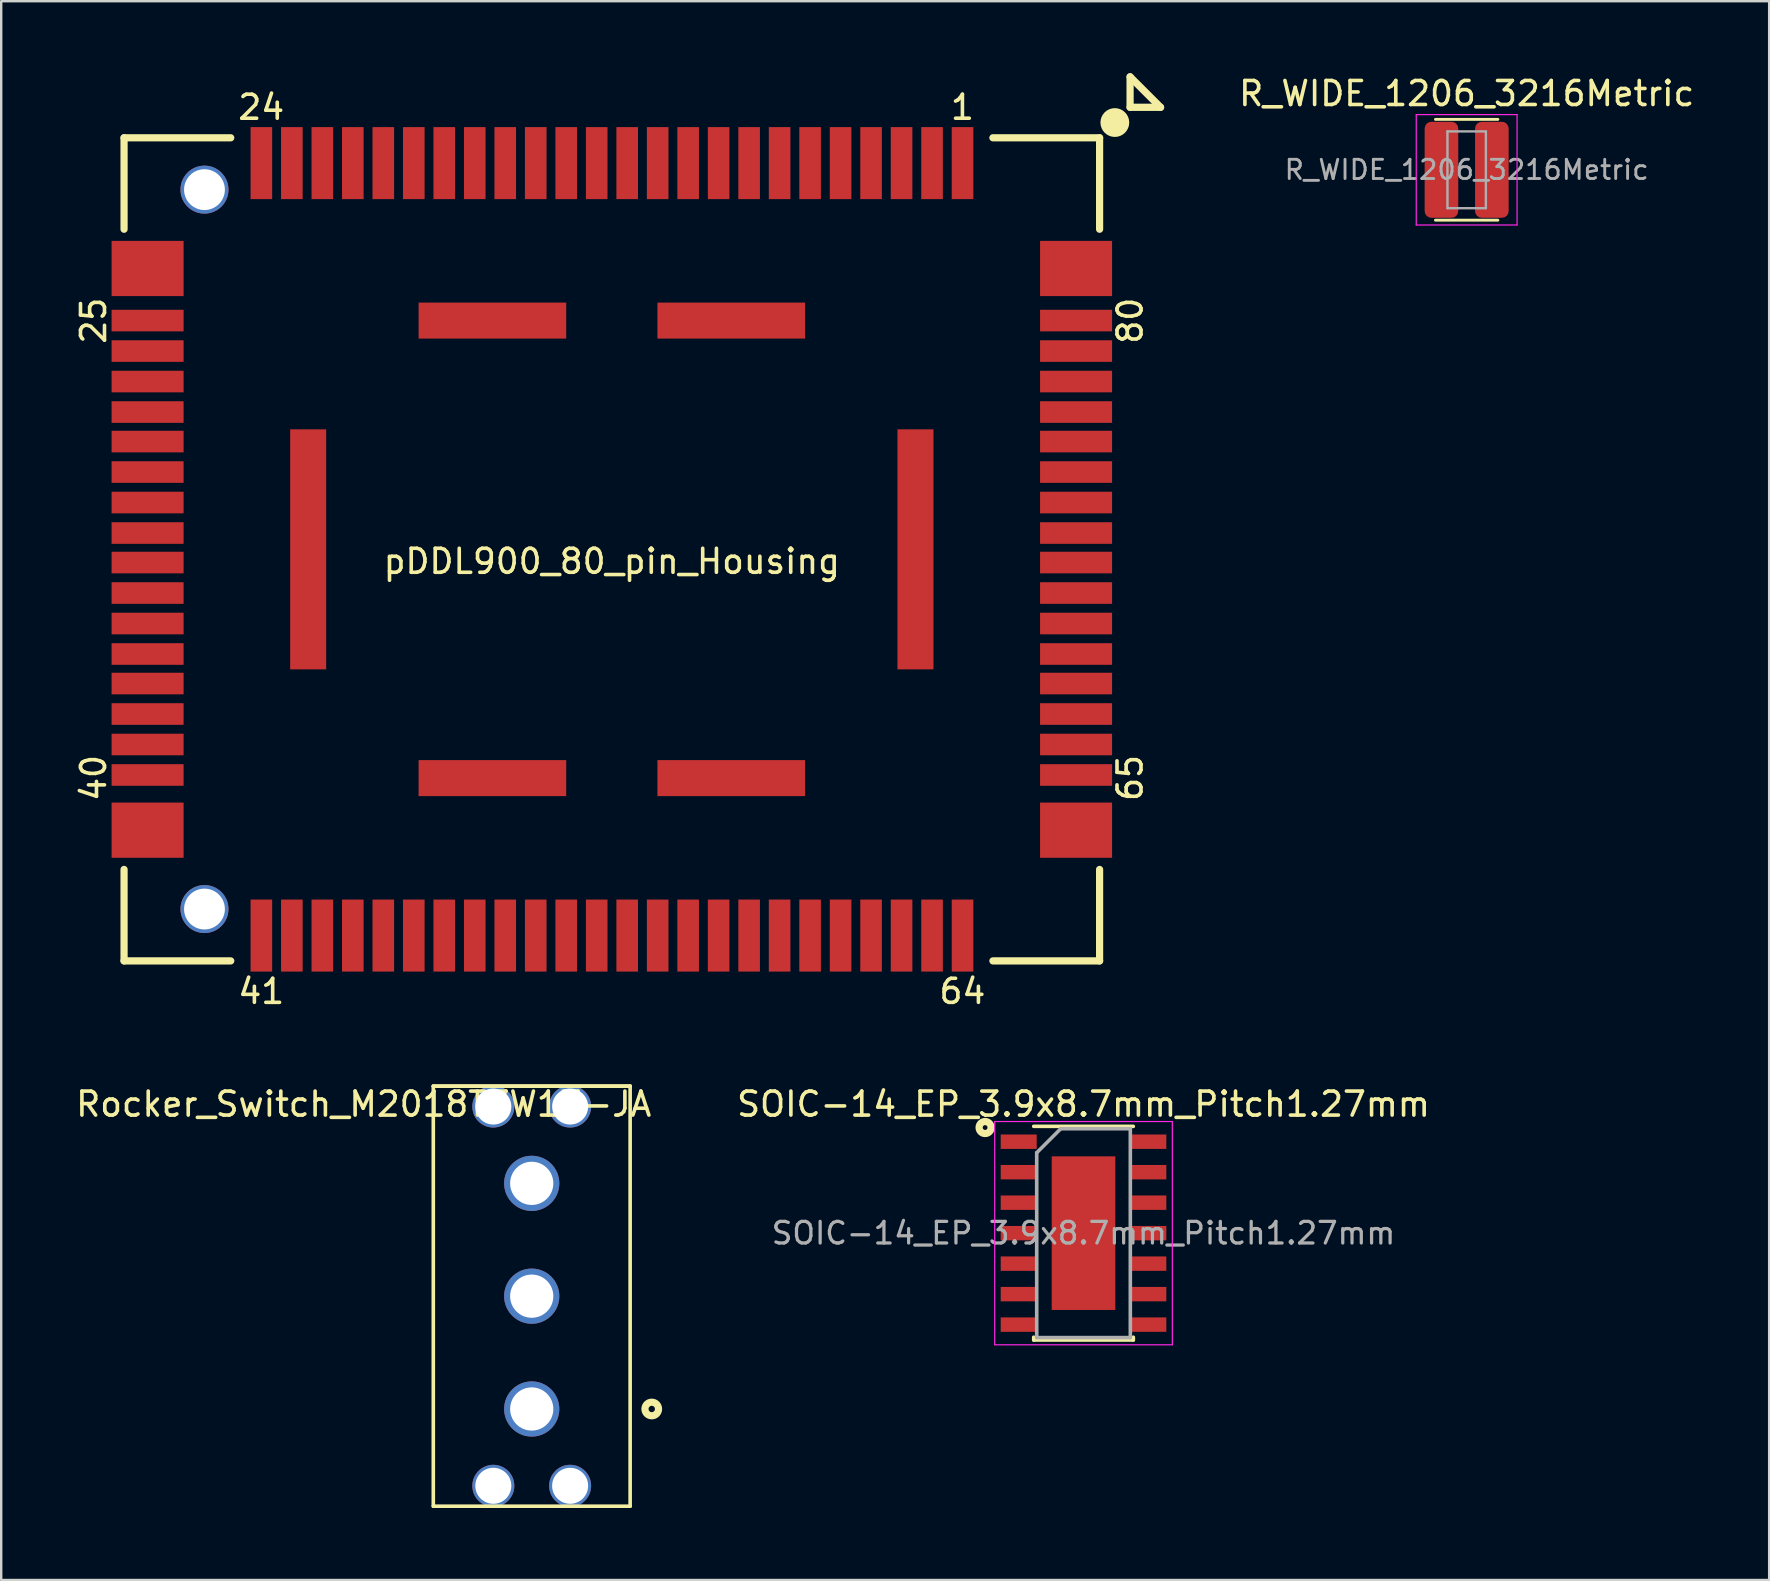
<source format=kicad_pcb>
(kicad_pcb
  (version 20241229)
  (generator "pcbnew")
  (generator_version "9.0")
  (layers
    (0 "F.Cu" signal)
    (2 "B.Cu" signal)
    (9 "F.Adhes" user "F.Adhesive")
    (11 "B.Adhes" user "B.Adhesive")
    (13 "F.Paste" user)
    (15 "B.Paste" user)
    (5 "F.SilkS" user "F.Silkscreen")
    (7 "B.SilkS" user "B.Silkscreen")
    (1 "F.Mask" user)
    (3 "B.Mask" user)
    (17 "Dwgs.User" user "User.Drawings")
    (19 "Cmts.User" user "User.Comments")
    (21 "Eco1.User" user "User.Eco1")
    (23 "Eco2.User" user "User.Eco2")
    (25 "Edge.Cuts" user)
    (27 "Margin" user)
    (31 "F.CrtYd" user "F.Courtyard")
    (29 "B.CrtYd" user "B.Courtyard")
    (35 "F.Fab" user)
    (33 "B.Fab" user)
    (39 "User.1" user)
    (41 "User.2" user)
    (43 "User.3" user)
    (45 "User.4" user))
  (footprint "SOIC-14_EP_3.9x8.7mm_Pitch1.27mm"
    (layer "F.Cu")
    (at 42.088 48.322)
    (property "Reference" "SOIC-14_EP_3.9x8.7mm_Pitch1.27mm" (at 0 -5.375 0) (layer "F.SilkS") (effects (font (size 1 1) (thickness 0.15))))
    (attr smd)
    (fp_line (start -2.075 -4.45) (end 2.075 -4.45) (stroke (width 0.15) (type solid)) (layer "F.SilkS"))
    (fp_line (start -2.075 4.45) (end -2.075 4.335) (stroke (width 0.15) (type solid)) (layer "F.SilkS"))
    (fp_line (start -2.075 4.45) (end 2.075 4.45) (stroke (width 0.15) (type solid)) (layer "F.SilkS"))
    (fp_line (start 2.075 4.45) (end 2.075 4.335) (stroke (width 0.15) (type solid)) (layer "F.SilkS"))
    (fp_circle (center -4.1 -4.4) (end -4 -4.4) (stroke (width 0.3) (type solid)) (fill no) (layer "F.SilkS"))
    (fp_line (start -3.7 -4.65) (end -3.7 4.65) (stroke (width 0.05) (type solid)) (layer "F.CrtYd"))
    (fp_line (start -3.7 -4.65) (end 3.7 -4.65) (stroke (width 0.05) (type solid)) (layer "F.CrtYd"))
    (fp_line (start -3.7 4.65) (end 3.7 4.65) (stroke (width 0.05) (type solid)) (layer "F.CrtYd"))
    (fp_line (start 3.7 -4.65) (end 3.7 4.65) (stroke (width 0.05) (type solid)) (layer "F.CrtYd"))
    (fp_line (start -1.95 -3.35) (end -0.95 -4.35) (stroke (width 0.15) (type solid)) (layer "F.Fab"))
    (fp_line (start -1.95 4.35) (end -1.95 -3.35) (stroke (width 0.15) (type solid)) (layer "F.Fab"))
    (fp_line (start -0.95 -4.35) (end 1.95 -4.35) (stroke (width 0.15) (type solid)) (layer "F.Fab"))
    (fp_line (start 1.95 -4.35) (end 1.95 4.35) (stroke (width 0.15) (type solid)) (layer "F.Fab"))
    (fp_line (start 1.95 4.35) (end -1.95 4.35) (stroke (width 0.15) (type solid)) (layer "F.Fab"))
    (fp_text user "${REFERENCE}" (at 0 0 0) (layer "F.Fab") (effects (font (size 0.9 0.9) (thickness 0.135))))
    (pad "1" smd rect (at -2.7 -3.81) (size 1.5 0.6) (layers "F.Cu" "F.Mask" "F.Paste"))
    (pad "2" smd rect (at -2.7 -2.54) (size 1.5 0.6) (layers "F.Cu" "F.Mask" "F.Paste"))
    (pad "3" smd rect (at -2.7 -1.27) (size 1.5 0.6) (layers "F.Cu" "F.Mask" "F.Paste"))
    (pad "4" smd rect (at -2.7 0) (size 1.5 0.6) (layers "F.Cu" "F.Mask" "F.Paste"))
    (pad "5" smd rect (at -2.7 1.27) (size 1.5 0.6) (layers "F.Cu" "F.Mask" "F.Paste"))
    (pad "6" smd rect (at -2.7 2.54) (size 1.5 0.6) (layers "F.Cu" "F.Mask" "F.Paste"))
    (pad "7" smd rect (at -2.7 3.81) (size 1.5 0.6) (layers "F.Cu" "F.Mask" "F.Paste"))
    (pad "8" smd rect (at 2.7 3.81) (size 1.5 0.6) (layers "F.Cu" "F.Mask" "F.Paste"))
    (pad "9" smd rect (at 2.7 2.54) (size 1.5 0.6) (layers "F.Cu" "F.Mask" "F.Paste"))
    (pad "10" smd rect (at 2.7 1.27) (size 1.5 0.6) (layers "F.Cu" "F.Mask" "F.Paste"))
    (pad "11" smd rect (at 2.7 0) (size 1.5 0.6) (layers "F.Cu" "F.Mask" "F.Paste"))
    (pad "12" smd rect (at 2.7 -1.27) (size 1.5 0.6) (layers "F.Cu" "F.Mask" "F.Paste"))
    (pad "13" smd rect (at 2.7 -2.54) (size 1.5 0.6) (layers "F.Cu" "F.Mask" "F.Paste"))
    (pad "14" smd rect (at 2.7 -3.81) (size 1.5 0.6) (layers "F.Cu" "F.Mask" "F.Paste"))
    (pad "PAD" smd rect (at 0 0) (size 2.65 6.4) (layers "F.Cu" "F.Mask" "F.Paste")))
  (footprint "Rocker_Switch_M2018TZW13-JA"
    (layer "F.Cu")
    (at 19.101 50.947)
    (property "Reference" "Rocker_Switch_M2018TZW13-JA" (at -7 -8 0) (layer "F.SilkS") (effects (font (size 1 1) (thickness 0.15))))
    (attr through_hole)
    (fp_line (start -4.1 -8.75) (end 4.1 -8.75) (stroke (width 0.15) (type solid)) (layer "F.SilkS"))
    (fp_line (start -4.1 8.75) (end -4.1 -8.75) (stroke (width 0.15) (type solid)) (layer "F.SilkS"))
    (fp_line (start 4.1 -8.75) (end -4.1 -8.75) (stroke (width 0.15) (type solid)) (layer "F.SilkS"))
    (fp_line (start 4.1 -8.75) (end 4.1 8.75) (stroke (width 0.15) (type solid)) (layer "F.SilkS"))
    (fp_line (start 4.1 8.75) (end -4.1 8.75) (stroke (width 0.15) (type solid)) (layer "F.SilkS"))
    (fp_circle (center 5 4.7) (end 5.2 4.9) (stroke (width 0.3) (type solid)) (fill no) (layer "F.SilkS"))
    (pad "" np_thru_hole circle (at -1.6 -7.9) (size 1.75 1.75) (drill 1.5) (layers "*.Cu" "*.Mask"))
    (pad "" np_thru_hole circle (at -1.6 7.9) (size 1.75 1.75) (drill 1.5) (layers "*.Cu" "*.Mask"))
    (pad "" np_thru_hole circle (at 1.6 -7.9) (size 1.75 1.75) (drill 1.5) (layers "*.Cu" "*.Mask"))
    (pad "" np_thru_hole circle (at 1.6 7.9) (size 1.75 1.75) (drill 1.5) (layers "*.Cu" "*.Mask"))
    (pad "1" thru_hole circle (at 0 4.7) (size 2.3 2.3) (drill 1.8) (layers "*.Cu" "*.Mask"))
    (pad "2" thru_hole circle (at 0 0) (size 2.3 2.3) (drill 1.8) (layers "*.Cu" "*.Mask"))
    (pad "3" thru_hole circle (at 0 -4.7) (size 2.3 2.3) (drill 1.8) (layers "*.Cu" "*.Mask")))
  (footprint "R_WIDE_1206_3216Metric"
    (layer "F.Cu")
    (at 58.049 4.023)
    (property "Reference" "R_WIDE_1206_3216Metric" (at 0 -3.175 0) (layer "F.SilkS") (effects (font (size 1 1) (thickness 0.15))))
    (attr smd)
    (fp_line (start -1.3 -2.1) (end 1.3 -2.1) (stroke (width 0.12) (type solid)) (layer "F.SilkS"))
    (fp_line (start -1.3 2.1) (end 1.3 2.1) (stroke (width 0.12) (type solid)) (layer "F.SilkS"))
    (fp_line (start -2.1 -2.3) (end 2.1 -2.3) (stroke (width 0.05) (type solid)) (layer "F.CrtYd"))
    (fp_line (start -2.1 2.3) (end -2.1 -2.3) (stroke (width 0.05) (type solid)) (layer "F.CrtYd"))
    (fp_line (start 2.1 -2.3) (end 2.1 2.3) (stroke (width 0.05) (type solid)) (layer "F.CrtYd"))
    (fp_line (start 2.1 2.3) (end -2.1 2.3) (stroke (width 0.05) (type solid)) (layer "F.CrtYd"))
    (fp_line (start -0.8 -1.6) (end 0.8 -1.6) (stroke (width 0.1) (type solid)) (layer "F.Fab"))
    (fp_line (start -0.8 1.6) (end -0.8 -1.6) (stroke (width 0.1) (type solid)) (layer "F.Fab"))
    (fp_line (start 0.8 -1.6) (end 0.8 1.6) (stroke (width 0.1) (type solid)) (layer "F.Fab"))
    (fp_line (start 0.8 1.6) (end -0.8 1.6) (stroke (width 0.1) (type solid)) (layer "F.Fab"))
    (fp_text user "${REFERENCE}" (at 0 0 0) (layer "F.Fab") (effects (font (size 0.8 0.8) (thickness 0.12))))
    (pad "1" smd roundrect (at -1.05 0) (size 1.4 4) (layers "F.Cu" "F.Mask" "F.Paste") (roundrect_rratio 0.2))
    (pad "2" smd roundrect (at 1.05 0) (size 1.4 4) (layers "F.Cu" "F.Mask" "F.Paste") (roundrect_rratio 0.2)))
  (footprint "pDDL900_80_pin_Housing"
    (layer "F.Cu")
    (at 22.438 19.835)
    (property "Reference" "pDDL900_80_pin_Housing" (at 0 0.5 0) (layer "F.SilkS") (effects (font (size 1 1) (thickness 0.15))))
    (attr through_hole)
    (fp_line (start -20.32 -17.145) (end -15.875 -17.145) (stroke (width 0.3) (type solid)) (layer "F.SilkS"))
    (fp_line (start -20.32 -13.335) (end -20.32 -17.145) (stroke (width 0.3) (type solid)) (layer "F.SilkS"))
    (fp_line (start -20.32 17.145) (end -20.32 13.335) (stroke (width 0.3) (type solid)) (layer "F.SilkS"))
    (fp_line (start -15.875 17.145) (end -20.32 17.145) (stroke (width 0.3) (type solid)) (layer "F.SilkS"))
    (fp_line (start 15.875 -17.145) (end 20.32 -17.145) (stroke (width 0.3) (type solid)) (layer "F.SilkS"))
    (fp_line (start 20.32 -17.145) (end 20.32 -13.335) (stroke (width 0.3) (type solid)) (layer "F.SilkS"))
    (fp_line (start 20.32 13.335) (end 20.32 17.145) (stroke (width 0.3) (type solid)) (layer "F.SilkS"))
    (fp_line (start 20.32 17.145) (end 15.875 17.145) (stroke (width 0.3) (type solid)) (layer "F.SilkS"))
    (fp_line (start 21.59 -19.685) (end 22.86 -18.415) (stroke (width 0.3) (type solid)) (layer "F.SilkS"))
    (fp_line (start 21.59 -18.415) (end 21.59 -19.685) (stroke (width 0.3) (type solid)) (layer "F.SilkS"))
    (fp_line (start 22.86 -18.415) (end 21.59 -18.415) (stroke (width 0.3) (type solid)) (layer "F.SilkS"))
    (fp_circle (center 20.955 -17.78) (end 20.955 -17.48) (stroke (width 0.6) (type solid)) (fill no) (layer "F.SilkS"))
    (fp_text user "80" (at 21.59 -9.525 90) (layer "F.SilkS") (effects (font (size 1 1) (thickness 0.15))))
    (fp_text user "40" (at -21.59 9.525 270) (layer "F.SilkS") (effects (font (size 1 1) (thickness 0.15))))
    (fp_text user "25" (at -21.59 -9.525 90) (layer "F.SilkS") (effects (font (size 1 1) (thickness 0.15))))
    (fp_text user "24" (at -14.605 -18.415 0) (layer "F.SilkS") (effects (font (size 1 1) (thickness 0.15))))
    (fp_text user "41" (at -14.605 18.415 0) (layer "F.SilkS") (effects (font (size 1 1) (thickness 0.15))))
    (fp_text user "65" (at 21.59 9.525 90) (layer "F.SilkS") (effects (font (size 1 1) (thickness 0.15))))
    (fp_text user "1" (at 14.605 -18.415 0) (layer "F.SilkS") (effects (font (size 1 1) (thickness 0.15))))
    (fp_text user "64" (at 14.605 18.415 0) (layer "F.SilkS") (effects (font (size 1 1) (thickness 0.15))))
    (pad "" smd rect (at -19.34 -11.7 90) (size 2.3 3) (layers "F.Cu" "F.Mask" "F.Paste"))
    (pad "" smd rect (at -19.34 11.7 90) (size 2.3 3) (layers "F.Cu" "F.Mask" "F.Paste"))
    (pad "" thru_hole circle (at -16.97 -14.985) (size 2 2) (drill 1.7) (layers "*.Cu" "*.Mask"))
    (pad "" thru_hole circle (at -16.97 14.985) (size 2 2) (drill 1.7) (layers "*.Cu" "*.Mask"))
    (pad "" smd rect (at -12.65 0) (size 1.5 10) (layers "F.Cu" "F.Mask" "F.Paste"))
    (pad "" smd rect (at -4.975 -9.53) (size 6.15 1.5) (layers "F.Cu" "F.Mask" "F.Paste"))
    (pad "" smd rect (at -4.975 9.53) (size 6.15 1.5) (layers "F.Cu" "F.Mask" "F.Paste"))
    (pad "" smd rect (at 4.975 -9.53) (size 6.15 1.5) (layers "F.Cu" "F.Mask" "F.Paste"))
    (pad "" smd rect (at 4.975 9.53) (size 6.15 1.5) (layers "F.Cu" "F.Mask" "F.Paste"))
    (pad "" smd rect (at 12.65 0) (size 1.5 10) (layers "F.Cu" "F.Mask" "F.Paste"))
    (pad "" smd rect (at 19.34 -11.7 90) (size 2.3 3) (layers "F.Cu" "F.Mask" "F.Paste"))
    (pad "" smd rect (at 19.34 11.7 90) (size 2.3 3) (layers "F.Cu" "F.Mask" "F.Paste"))
    (pad "1" smd rect (at 14.61 -16.09) (size 0.9 3) (layers "F.Cu" "F.Mask" "F.Paste"))
    (pad "2" smd rect (at 13.34 -16.09) (size 0.9 3) (layers "F.Cu" "F.Mask" "F.Paste"))
    (pad "3" smd rect (at 12.07 -16.09) (size 0.9 3) (layers "F.Cu" "F.Mask" "F.Paste"))
    (pad "4" smd rect (at 10.8 -16.09) (size 0.9 3) (layers "F.Cu" "F.Mask" "F.Paste"))
    (pad "5" smd rect (at 9.53 -16.09) (size 0.9 3) (layers "F.Cu" "F.Mask" "F.Paste"))
    (pad "6" smd rect (at 8.26 -16.09) (size 0.9 3) (layers "F.Cu" "F.Mask" "F.Paste"))
    (pad "7" smd rect (at 6.99 -16.09) (size 0.9 3) (layers "F.Cu" "F.Mask" "F.Paste"))
    (pad "8" smd rect (at 5.72 -16.09) (size 0.9 3) (layers "F.Cu" "F.Mask" "F.Paste"))
    (pad "9" smd rect (at 4.45 -16.09) (size 0.9 3) (layers "F.Cu" "F.Mask" "F.Paste"))
    (pad "10" smd rect (at 3.18 -16.09) (size 0.9 3) (layers "F.Cu" "F.Mask" "F.Paste"))
    (pad "11" smd rect (at 1.91 -16.09) (size 0.9 3) (layers "F.Cu" "F.Mask" "F.Paste"))
    (pad "12" smd rect (at 0.64 -16.09) (size 0.9 3) (layers "F.Cu" "F.Mask" "F.Paste"))
    (pad "13" smd rect (at -0.63 -16.09) (size 0.9 3) (layers "F.Cu" "F.Mask" "F.Paste"))
    (pad "14" smd rect (at -1.9 -16.09) (size 0.9 3) (layers "F.Cu" "F.Mask" "F.Paste"))
    (pad "15" smd rect (at -3.17 -16.09) (size 0.9 3) (layers "F.Cu" "F.Mask" "F.Paste"))
    (pad "16" smd rect (at -4.44 -16.09) (size 0.9 3) (layers "F.Cu" "F.Mask" "F.Paste"))
    (pad "17" smd rect (at -5.71 -16.09) (size 0.9 3) (layers "F.Cu" "F.Mask" "F.Paste"))
    (pad "18" smd rect (at -6.98 -16.09) (size 0.9 3) (layers "F.Cu" "F.Mask" "F.Paste"))
    (pad "19" smd rect (at -8.25 -16.09) (size 0.9 3) (layers "F.Cu" "F.Mask" "F.Paste"))
    (pad "20" smd rect (at -9.52 -16.09) (size 0.9 3) (layers "F.Cu" "F.Mask" "F.Paste"))
    (pad "21" smd rect (at -10.79 -16.09) (size 0.9 3) (layers "F.Cu" "F.Mask" "F.Paste"))
    (pad "22" smd rect (at -12.06 -16.09) (size 0.9 3) (layers "F.Cu" "F.Mask" "F.Paste"))
    (pad "23" smd rect (at -13.33 -16.09) (size 0.9 3) (layers "F.Cu" "F.Mask" "F.Paste"))
    (pad "24" smd rect (at -14.6 -16.09) (size 0.9 3) (layers "F.Cu" "F.Mask" "F.Paste"))
    (pad "25" smd rect (at -19.34 -9.53 90) (size 0.9 3) (layers "F.Cu" "F.Mask" "F.Paste"))
    (pad "26" smd rect (at -19.34 -8.26 90) (size 0.9 3) (layers "F.Cu" "F.Mask" "F.Paste"))
    (pad "27" smd rect (at -19.34 -6.99 90) (size 0.9 3) (layers "F.Cu" "F.Mask" "F.Paste"))
    (pad "28" smd rect (at -19.34 -5.72 90) (size 0.9 3) (layers "F.Cu" "F.Mask" "F.Paste"))
    (pad "29" smd rect (at -19.34 -4.49 90) (size 0.9 3) (layers "F.Cu" "F.Mask" "F.Paste"))
    (pad "30" smd rect (at -19.34 -3.22 90) (size 0.9 3) (layers "F.Cu" "F.Mask" "F.Paste"))
    (pad "31" smd rect (at -19.34 -1.95 90) (size 0.9 3) (layers "F.Cu" "F.Mask" "F.Paste"))
    (pad "32" smd rect (at -19.34 -0.68 90) (size 0.9 3) (layers "F.Cu" "F.Mask" "F.Paste"))
    (pad "33" smd rect (at -19.34 0.55 90) (size 0.9 3) (layers "F.Cu" "F.Mask" "F.Paste"))
    (pad "34" smd rect (at -19.34 1.82 90) (size 0.9 3) (layers "F.Cu" "F.Mask" "F.Paste"))
    (pad "35" smd rect (at -19.34 3.09 90) (size 0.9 3) (layers "F.Cu" "F.Mask" "F.Paste"))
    (pad "36" smd rect (at -19.34 4.36 90) (size 0.9 3) (layers "F.Cu" "F.Mask" "F.Paste"))
    (pad "37" smd rect (at -19.34 5.59 90) (size 0.9 3) (layers "F.Cu" "F.Mask" "F.Paste"))
    (pad "38" smd rect (at -19.34 6.86 90) (size 0.9 3) (layers "F.Cu" "F.Mask" "F.Paste"))
    (pad "39" smd rect (at -19.34 8.13 90) (size 0.9 3) (layers "F.Cu" "F.Mask" "F.Paste"))
    (pad "40" smd rect (at -19.34 9.4 90) (size 0.9 3) (layers "F.Cu" "F.Mask" "F.Paste"))
    (pad "41" smd rect (at -14.6 16.09) (size 0.9 3) (layers "F.Cu" "F.Mask" "F.Paste"))
    (pad "42" smd rect (at -13.33 16.09) (size 0.9 3) (layers "F.Cu" "F.Mask" "F.Paste"))
    (pad "43" smd rect (at -12.06 16.09) (size 0.9 3) (layers "F.Cu" "F.Mask" "F.Paste"))
    (pad "44" smd rect (at -10.79 16.09) (size 0.9 3) (layers "F.Cu" "F.Mask" "F.Paste"))
    (pad "45" smd rect (at -9.52 16.09) (size 0.9 3) (layers "F.Cu" "F.Mask" "F.Paste"))
    (pad "46" smd rect (at -8.25 16.09) (size 0.9 3) (layers "F.Cu" "F.Mask" "F.Paste"))
    (pad "47" smd rect (at -6.98 16.09) (size 0.9 3) (layers "F.Cu" "F.Mask" "F.Paste"))
    (pad "48" smd rect (at -5.71 16.09) (size 0.9 3) (layers "F.Cu" "F.Mask" "F.Paste"))
    (pad "49" smd rect (at -4.44 16.09) (size 0.9 3) (layers "F.Cu" "F.Mask" "F.Paste"))
    (pad "50" smd rect (at -3.17 16.09) (size 0.9 3) (layers "F.Cu" "F.Mask" "F.Paste"))
    (pad "51" smd rect (at -1.9 16.09) (size 0.9 3) (layers "F.Cu" "F.Mask" "F.Paste"))
    (pad "52" smd rect (at -0.63 16.09) (size 0.9 3) (layers "F.Cu" "F.Mask" "F.Paste"))
    (pad "53" smd rect (at 0.64 16.09) (size 0.9 3) (layers "F.Cu" "F.Mask" "F.Paste"))
    (pad "54" smd rect (at 1.91 16.09) (size 0.9 3) (layers "F.Cu" "F.Mask" "F.Paste"))
    (pad "55" smd rect (at 3.18 16.09) (size 0.9 3) (layers "F.Cu" "F.Mask" "F.Paste"))
    (pad "56" smd rect (at 4.45 16.09) (size 0.9 3) (layers "F.Cu" "F.Mask" "F.Paste"))
    (pad "57" smd rect (at 5.72 16.09) (size 0.9 3) (layers "F.Cu" "F.Mask" "F.Paste"))
    (pad "58" smd rect (at 6.99 16.09) (size 0.9 3) (layers "F.Cu" "F.Mask" "F.Paste"))
    (pad "59" smd rect (at 8.26 16.09) (size 0.9 3) (layers "F.Cu" "F.Mask" "F.Paste"))
    (pad "60" smd rect (at 9.53 16.09) (size 0.9 3) (layers "F.Cu" "F.Mask" "F.Paste"))
    (pad "61" smd rect (at 10.8 16.09) (size 0.9 3) (layers "F.Cu" "F.Mask" "F.Paste"))
    (pad "62" smd rect (at 12.07 16.09) (size 0.9 3) (layers "F.Cu" "F.Mask" "F.Paste"))
    (pad "63" smd rect (at 13.34 16.09) (size 0.9 3) (layers "F.Cu" "F.Mask" "F.Paste"))
    (pad "64" smd rect (at 14.61 16.09) (size 0.9 3) (layers "F.Cu" "F.Mask" "F.Paste"))
    (pad "65" smd rect (at 19.34 9.4 90) (size 0.9 3) (layers "F.Cu" "F.Mask" "F.Paste"))
    (pad "66" smd rect (at 19.34 8.13 90) (size 0.9 3) (layers "F.Cu" "F.Mask" "F.Paste"))
    (pad "67" smd rect (at 19.34 6.86 90) (size 0.9 3) (layers "F.Cu" "F.Mask" "F.Paste"))
    (pad "68" smd rect (at 19.34 5.59 90) (size 0.9 3) (layers "F.Cu" "F.Mask" "F.Paste"))
    (pad "69" smd rect (at 19.34 4.36 90) (size 0.9 3) (layers "F.Cu" "F.Mask" "F.Paste"))
    (pad "70" smd rect (at 19.34 3.09 90) (size 0.9 3) (layers "F.Cu" "F.Mask" "F.Paste"))
    (pad "71" smd rect (at 19.34 1.82 90) (size 0.9 3) (layers "F.Cu" "F.Mask" "F.Paste"))
    (pad "72" smd rect (at 19.34 0.55 90) (size 0.9 3) (layers "F.Cu" "F.Mask" "F.Paste"))
    (pad "73" smd rect (at 19.34 -0.68 90) (size 0.9 3) (layers "F.Cu" "F.Mask" "F.Paste"))
    (pad "74" smd rect (at 19.34 -1.95 90) (size 0.9 3) (layers "F.Cu" "F.Mask" "F.Paste"))
    (pad "75" smd rect (at 19.34 -3.22 90) (size 0.9 3) (layers "F.Cu" "F.Mask" "F.Paste"))
    (pad "76" smd rect (at 19.34 -4.49 90) (size 0.9 3) (layers "F.Cu" "F.Mask" "F.Paste"))
    (pad "77" smd rect (at 19.34 -5.72 90) (size 0.9 3) (layers "F.Cu" "F.Mask" "F.Paste"))
    (pad "78" smd rect (at 19.34 -6.99 90) (size 0.9 3) (layers "F.Cu" "F.Mask" "F.Paste"))
    (pad "79" smd rect (at 19.34 -8.26 90) (size 0.9 3) (layers "F.Cu" "F.Mask" "F.Paste"))
    (pad "80" smd rect (at 19.34 -9.53 90) (size 0.9 3) (layers "F.Cu" "F.Mask" "F.Paste")))
  (gr_rect
    (start -3 -3)
    (end 70.651 62.772)
    (stroke (width 0.1) (type default))
    (fill no)
    (layer "Edge.Cuts")))
</source>
